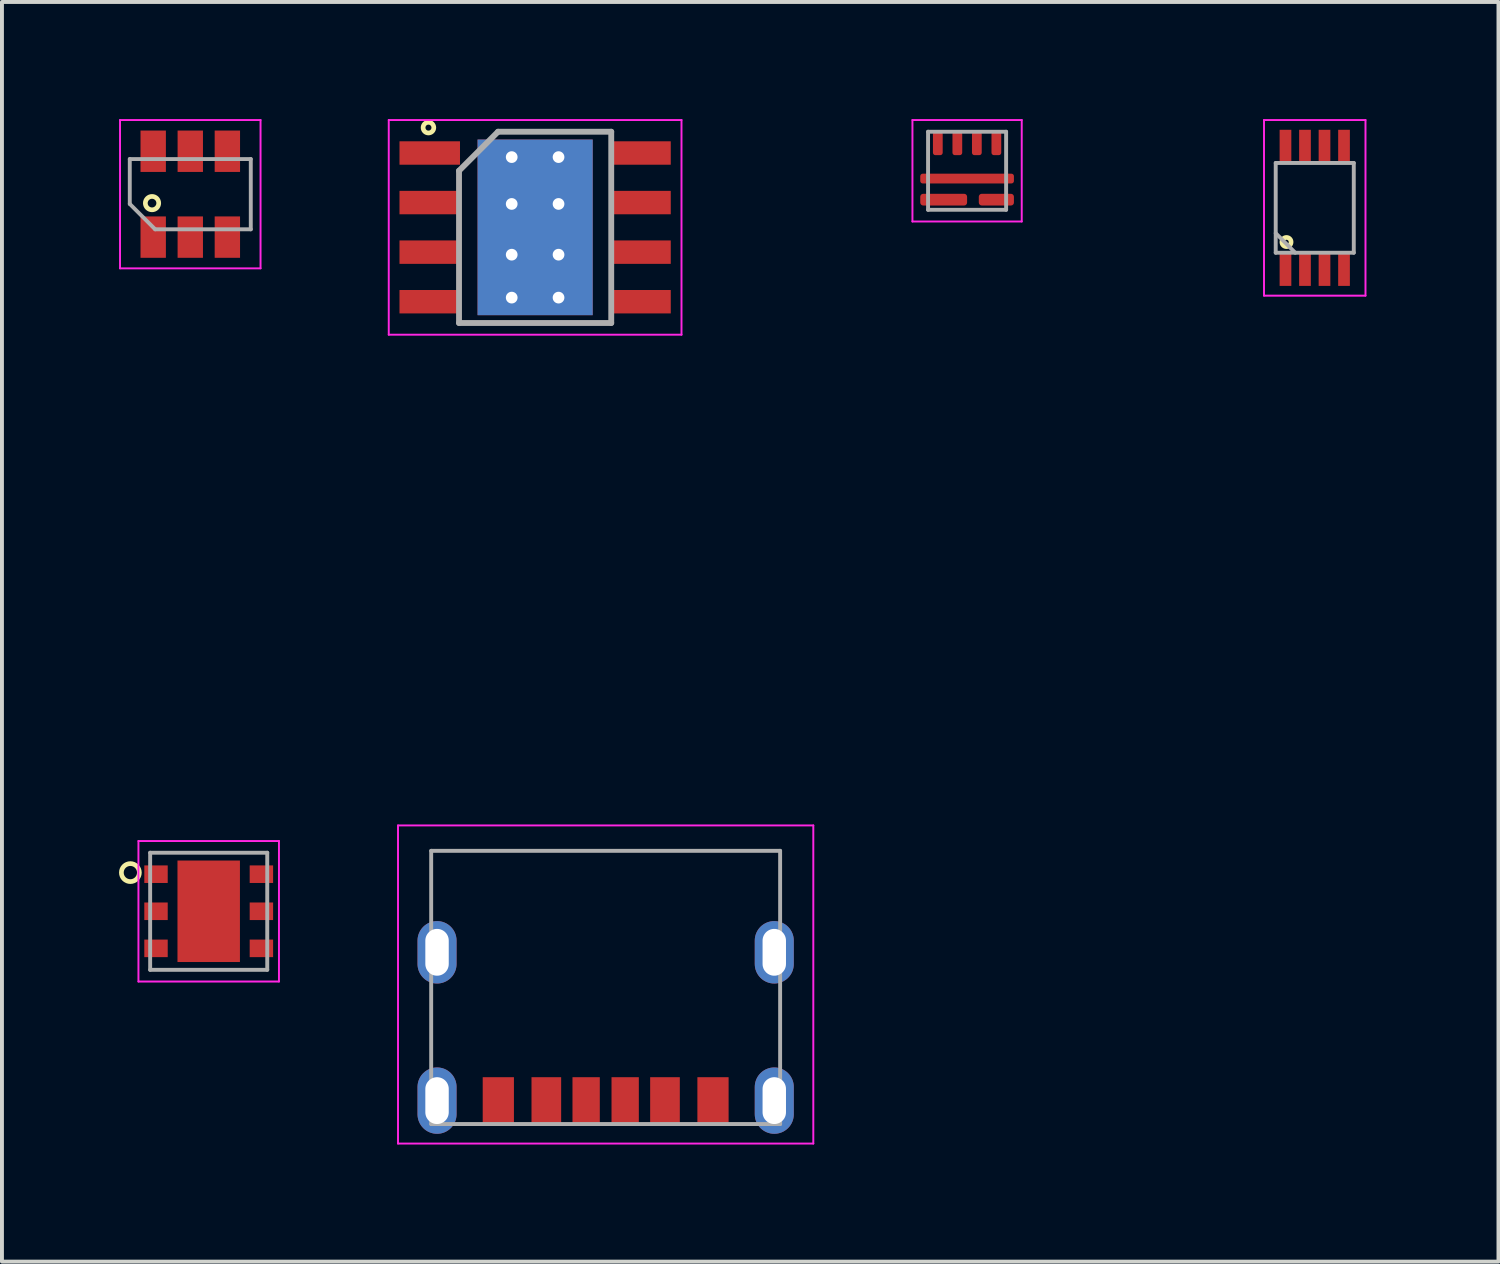
<source format=kicad_pcb>
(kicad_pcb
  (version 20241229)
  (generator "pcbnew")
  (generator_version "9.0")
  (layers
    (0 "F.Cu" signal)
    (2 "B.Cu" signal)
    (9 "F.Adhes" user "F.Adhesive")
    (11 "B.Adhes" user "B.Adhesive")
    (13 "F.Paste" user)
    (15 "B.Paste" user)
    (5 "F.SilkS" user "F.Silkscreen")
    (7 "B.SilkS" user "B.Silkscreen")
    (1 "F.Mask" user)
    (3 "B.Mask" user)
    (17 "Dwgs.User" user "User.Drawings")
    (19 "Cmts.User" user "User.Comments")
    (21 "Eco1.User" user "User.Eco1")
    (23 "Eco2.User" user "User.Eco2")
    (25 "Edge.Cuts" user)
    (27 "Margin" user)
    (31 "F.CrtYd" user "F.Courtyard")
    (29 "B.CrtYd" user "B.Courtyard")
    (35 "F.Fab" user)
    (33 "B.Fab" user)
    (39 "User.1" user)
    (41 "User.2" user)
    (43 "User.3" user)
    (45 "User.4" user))
  (footprint "UDFN6_3x3_0.95P"
    (layer "F.Cu")
    (at 2.297 20.297)
    (property "Reference" "UDFN6_3x3_0.95P" (at 0.023 -0.119 90) (layer "Eco2.User") (effects (font (size 0.3 0.3) (thickness 0.075))))
    (attr smd)
    (fp_circle (center -2.007 -0.991) (end -2.032 -0.762) (stroke (width 0.12) (type solid)) (fill no) (layer "F.SilkS"))
    (fp_line (start -1.8 -1.8) (end -1.8 1.8) (stroke (width 0.05) (type solid)) (layer "F.CrtYd"))
    (fp_line (start -1.8 -1.8) (end 1.8 -1.8) (stroke (width 0.05) (type solid)) (layer "F.CrtYd"))
    (fp_line (start -1.8 1.8) (end 1.8 1.8) (stroke (width 0.05) (type solid)) (layer "F.CrtYd"))
    (fp_line (start 1.8 -1.8) (end 1.8 1.8) (stroke (width 0.05) (type solid)) (layer "F.CrtYd"))
    (fp_line (start -1.5 -1.5) (end -1.5 1.5) (stroke (width 0.1) (type solid)) (layer "F.Fab"))
    (fp_line (start -1.5 -1.5) (end 1.5 -1.5) (stroke (width 0.1) (type solid)) (layer "F.Fab"))
    (fp_line (start -1.5 1.5) (end 1.5 1.5) (stroke (width 0.1) (type solid)) (layer "F.Fab"))
    (fp_line (start 1.5 -1.5) (end 1.5 1.5) (stroke (width 0.1) (type solid)) (layer "F.Fab"))
    (pad "1" smd rect (at -1.35 -0.95) (size 0.6 0.45) (layers "F.Cu" "F.Mask" "F.Paste"))
    (pad "2" smd rect (at -1.35 0) (size 0.6 0.45) (layers "F.Cu" "F.Mask" "F.Paste"))
    (pad "3" smd rect (at -1.35 0.95) (size 0.6 0.45) (layers "F.Cu" "F.Mask" "F.Paste"))
    (pad "4" smd rect (at 1.35 0.95) (size 0.6 0.45) (layers "F.Cu" "F.Mask" "F.Paste"))
    (pad "5" smd rect (at 1.35 0) (size 0.6 0.45) (layers "F.Cu" "F.Mask" "F.Paste"))
    (pad "6" smd rect (at 1.35 -0.95) (size 0.6 0.45) (layers "F.Cu" "F.Mask" "F.Paste"))
    (pad "7" smd rect (at 0 0) (size 1.6 2.6) (layers "F.Cu" "F.Mask" "F.Paste")))
  (footprint "TXS0102DCUR"
    (layer "F.Cu")
    (at 30.634 2.275)
    (property "Reference" "TXS0102DCUR" (at 0.046 0.008 0) (layer "Eco2.User") (effects (font (size 0.3 0.3) (thickness 0.075))))
    (attr smd)
    (fp_circle (center -0.724 0.876) (end -0.61 0.848) (stroke (width 0.12) (type solid)) (fill no) (layer "F.SilkS"))
    (fp_line (start -1.3 -2.25) (end 1.3 -2.25) (stroke (width 0.05) (type solid)) (layer "F.CrtYd"))
    (fp_line (start -1.3 2.25) (end -1.3 -2.25) (stroke (width 0.05) (type solid)) (layer "F.CrtYd"))
    (fp_line (start 1.3 -2.25) (end 1.3 2.25) (stroke (width 0.05) (type solid)) (layer "F.CrtYd"))
    (fp_line (start 1.3 2.25) (end -1.3 2.25) (stroke (width 0.05) (type solid)) (layer "F.CrtYd"))
    (fp_line (start -1 -1.15) (end 1 -1.15) (stroke (width 0.1) (type solid)) (layer "F.Fab"))
    (fp_line (start -1 1.15) (end -1 -1.15) (stroke (width 0.1) (type solid)) (layer "F.Fab"))
    (fp_line (start -0.5 1.15) (end -1 0.65) (stroke (width 0.1) (type solid)) (layer "F.Fab"))
    (fp_line (start 1 -1.15) (end 1 1.15) (stroke (width 0.1) (type solid)) (layer "F.Fab"))
    (fp_line (start 1 1.15) (end -1 1.15) (stroke (width 0.1) (type solid)) (layer "F.Fab"))
    (pad "1" smd rect (at -0.75 1.575 180) (size 0.3 0.85) (layers "F.Cu" "F.Mask" "F.Paste"))
    (pad "2" smd rect (at -0.25 1.575 180) (size 0.3 0.85) (layers "F.Cu" "F.Mask" "F.Paste"))
    (pad "3" smd rect (at 0.25 1.575 180) (size 0.3 0.85) (layers "F.Cu" "F.Mask" "F.Paste"))
    (pad "4" smd rect (at 0.75 1.575 180) (size 0.3 0.85) (layers "F.Cu" "F.Mask" "F.Paste"))
    (pad "5" smd rect (at 0.75 -1.575 180) (size 0.3 0.85) (layers "F.Cu" "F.Mask" "F.Paste"))
    (pad "6" smd rect (at 0.25 -1.575 180) (size 0.3 0.85) (layers "F.Cu" "F.Mask" "F.Paste"))
    (pad "7" smd rect (at -0.25 -1.575 180) (size 0.3 0.85) (layers "F.Cu" "F.Mask" "F.Paste"))
    (pad "8" smd rect (at -0.75 -1.575 180) (size 0.3 0.85) (layers "F.Cu" "F.Mask" "F.Paste")))
  (footprint "TPS54302DDCR"
    (layer "F.Cu")
    (at 1.825 1.925)
    (property "Reference" "TPS54302DDCR" (at 0.257 -0.01 180) (layer "Eco2.User") (effects (font (size 0.3 0.3) (thickness 0.075))))
    (attr smd)
    (fp_circle (center -0.98 0.229) (end -0.81 0.208) (stroke (width 0.12) (type solid)) (fill no) (layer "F.SilkS"))
    (fp_line (start -1.8 -1.9) (end -1.8 1.9) (stroke (width 0.05) (type solid)) (layer "F.CrtYd"))
    (fp_line (start -1.8 1.9) (end 1.8 1.9) (stroke (width 0.05) (type solid)) (layer "F.CrtYd"))
    (fp_line (start 1.8 -1.9) (end -1.8 -1.9) (stroke (width 0.05) (type solid)) (layer "F.CrtYd"))
    (fp_line (start 1.8 1.9) (end 1.8 -1.9) (stroke (width 0.05) (type solid)) (layer "F.CrtYd"))
    (fp_line (start -1.55 -0.9) (end -1.55 0.25) (stroke (width 0.1) (type solid)) (layer "F.Fab"))
    (fp_line (start -1.55 -0.9) (end 1.55 -0.9) (stroke (width 0.1) (type solid)) (layer "F.Fab"))
    (fp_line (start -0.9 0.9) (end -1.55 0.25) (stroke (width 0.1) (type solid)) (layer "F.Fab"))
    (fp_line (start -0.9 0.9) (end 1.55 0.9) (stroke (width 0.1) (type solid)) (layer "F.Fab"))
    (fp_line (start 1.55 -0.9) (end 1.55 0.9) (stroke (width 0.1) (type solid)) (layer "F.Fab"))
    (pad "1" smd rect (at -0.95 1.1 90) (size 1.06 0.65) (layers "F.Cu" "F.Mask" "F.Paste"))
    (pad "2" smd rect (at 0 1.1 90) (size 1.06 0.65) (layers "F.Cu" "F.Mask" "F.Paste"))
    (pad "3" smd rect (at 0.95 1.1 90) (size 1.06 0.65) (layers "F.Cu" "F.Mask" "F.Paste"))
    (pad "4" smd rect (at 0.95 -1.1 90) (size 1.06 0.65) (layers "F.Cu" "F.Mask" "F.Paste"))
    (pad "5" smd rect (at 0 -1.1 90) (size 1.06 0.65) (layers "F.Cu" "F.Mask" "F.Paste"))
    (pad "6" smd rect (at -0.95 -1.1 90) (size 1.06 0.65) (layers "F.Cu" "F.Mask" "F.Paste")))
  (footprint "TPS54531DDAR"
    (layer "F.Cu")
    (at 10.66 2.775)
    (property "Reference" "TPS54531DDAR" (at 0.259 1.245 0) (layer "Eco2.User") (effects (font (size 0.3 0.3) (thickness 0.075))))
    (attr smd)
    (fp_circle (center -2.733 -2.555) (end -2.733 -2.418) (stroke (width 0.12) (type solid)) (fill no) (layer "F.SilkS"))
    (fp_line (start -3.75 -2.75) (end -3.75 2.75) (stroke (width 0.05) (type solid)) (layer "F.CrtYd"))
    (fp_line (start -3.75 -2.75) (end 3.75 -2.75) (stroke (width 0.05) (type solid)) (layer "F.CrtYd"))
    (fp_line (start -3.75 2.75) (end 3.75 2.75) (stroke (width 0.05) (type solid)) (layer "F.CrtYd"))
    (fp_line (start 3.75 -2.75) (end 3.75 2.75) (stroke (width 0.05) (type solid)) (layer "F.CrtYd"))
    (fp_line (start -1.95 -1.45) (end -0.95 -2.45) (stroke (width 0.15) (type solid)) (layer "F.Fab"))
    (fp_line (start -1.95 2.45) (end -1.95 -1.45) (stroke (width 0.15) (type solid)) (layer "F.Fab"))
    (fp_line (start -0.95 -2.45) (end 1.95 -2.45) (stroke (width 0.15) (type solid)) (layer "F.Fab"))
    (fp_line (start 1.95 -2.45) (end 1.95 2.45) (stroke (width 0.15) (type solid)) (layer "F.Fab"))
    (fp_line (start 1.95 2.45) (end -1.95 2.45) (stroke (width 0.15) (type solid)) (layer "F.Fab"))
    (pad "1" smd rect (at -2.7 -1.905) (size 1.55 0.6) (layers "F.Cu" "F.Mask" "F.Paste"))
    (pad "2" smd rect (at -2.7 -0.635) (size 1.55 0.6) (layers "F.Cu" "F.Mask" "F.Paste"))
    (pad "3" smd rect (at -2.7 0.635) (size 1.55 0.6) (layers "F.Cu" "F.Mask" "F.Paste"))
    (pad "4" smd rect (at -2.7 1.905) (size 1.55 0.6) (layers "F.Cu" "F.Mask" "F.Paste"))
    (pad "5" smd rect (at 2.7 1.905) (size 1.55 0.6) (layers "F.Cu" "F.Mask" "F.Paste"))
    (pad "6" smd rect (at 2.7 0.635) (size 1.55 0.6) (layers "F.Cu" "F.Mask" "F.Paste"))
    (pad "7" smd rect (at 2.7 -0.635) (size 1.55 0.6) (layers "F.Cu" "F.Mask" "F.Paste"))
    (pad "8" smd rect (at 2.7 -1.905) (size 1.55 0.6) (layers "F.Cu" "F.Mask" "F.Paste"))
    (pad "9" thru_hole circle (at -0.6 -1.8) (size 0.6 0.6) (drill 0.3) (layers "*.Cu"))
    (pad "9" thru_hole circle (at -0.6 -0.6) (size 0.6 0.6) (drill 0.3) (layers "*.Cu"))
    (pad "9" thru_hole circle (at -0.6 0.7) (size 0.6 0.6) (drill 0.3) (layers "*.Cu"))
    (pad "9" thru_hole circle (at -0.6 1.8) (size 0.6 0.6) (drill 0.3) (layers "*.Cu"))
    (pad "9" smd rect (at 0 0) (size 2.6 3.1) (layers "F.Cu" "F.Mask" "F.Paste"))
    (pad "9" smd rect (at 0 0) (size 2.95 4.5) (layers "F.Cu"))
    (pad "9" smd rect (at 0 0) (size 2.95 4.5) (layers "B.Cu"))
    (pad "9" thru_hole circle (at 0.6 -1.8) (size 0.6 0.6) (drill 0.3) (layers "*.Cu"))
    (pad "9" thru_hole circle (at 0.6 -0.6) (size 0.6 0.6) (drill 0.3) (layers "*.Cu"))
    (pad "9" thru_hole circle (at 0.6 0.7) (size 0.6 0.6) (drill 0.3) (layers "*.Cu"))
    (pad "9" thru_hole circle (at 0.6 1.8) (size 0.6 0.6) (drill 0.3) (layers "*.Cu")))
  (footprint "USB_C_Receptacle_power_only_6P"
    (layer "F.Cu")
    (at 12.467 23.248)
    (property "Reference" "USB_C_Receptacle_power_only_6P" (at -0.277 -1.463 0) (layer "Eco2.User") (effects (font (size 0.3 0.3) (thickness 0.075))))
    (attr smd)
    (fp_line (start -5.32 3) (end -5.32 -5.15) (stroke (width 0.05) (type solid)) (layer "F.CrtYd"))
    (fp_line (start 5.32 -5.15) (end -5.32 -5.15) (stroke (width 0.05) (type solid)) (layer "F.CrtYd"))
    (fp_line (start 5.32 3) (end -5.32 3) (stroke (width 0.05) (type solid)) (layer "F.CrtYd"))
    (fp_line (start 5.32 3) (end 5.32 -5.15) (stroke (width 0.05) (type solid)) (layer "F.CrtYd"))
    (fp_line (start -4.47 2.5) (end -4.47 -4.5) (stroke (width 0.1) (type solid)) (layer "F.Fab"))
    (fp_line (start 4.47 -4.5) (end -4.47 -4.5) (stroke (width 0.1) (type solid)) (layer "F.Fab"))
    (fp_line (start 4.47 2.5) (end -4.47 2.5) (stroke (width 0.1) (type solid)) (layer "F.Fab"))
    (fp_line (start 4.47 2.5) (end 4.47 -4.5) (stroke (width 0.1) (type solid)) (layer "F.Fab"))
    (pad "A5" smd rect (at 0.5 1.9 180) (size 0.7 1.2) (layers "F.Cu" "F.Mask" "F.Paste"))
    (pad "A9" smd rect (at -1.52 1.9 180) (size 0.76 1.2) (layers "F.Cu" "F.Mask" "F.Paste"))
    (pad "A12" smd rect (at -2.75 1.9 180) (size 0.8 1.2) (layers "F.Cu" "F.Mask" "F.Paste"))
    (pad "B5" smd rect (at -0.5 1.9 180) (size 0.7 1.2) (layers "F.Cu" "F.Mask" "F.Paste"))
    (pad "B9" smd rect (at 1.52 1.9 180) (size 0.76 1.2) (layers "F.Cu" "F.Mask" "F.Paste"))
    (pad "B12" smd rect (at 2.75 1.9 180) (size 0.8 1.2) (layers "F.Cu" "F.Mask" "F.Paste"))
    (pad "S1" thru_hole oval (at -4.32 -1.9 180) (size 1 1.6) (drill oval 0.6 1.2) (layers "*.Cu" "*.Mask"))
    (pad "S1" thru_hole oval (at -4.32 1.9 180) (size 1 1.7) (drill oval 0.6 1.2) (layers "*.Cu" "*.Mask"))
    (pad "S1" thru_hole oval (at 4.32 -1.9 180) (size 1 1.6) (drill oval 0.6 1.2) (layers "*.Cu" "*.Mask"))
    (pad "S1" thru_hole oval (at 4.32 1.9 180) (size 1 1.7) (drill oval 0.6 1.2) (layers "*.Cu" "*.Mask")))
  (footprint "TPS61230A"
    (layer "F.Cu")
    (at 21.727 1.525)
    (property "Reference" "TPS61230A" (at 0 9.7 0) (unlocked yes) (layer "Eco2.User") (effects (font (size 1 1) (thickness 0.15))))
    (attr smd)
    (fp_line (start -1.4 -1.5) (end 1.4 -1.5) (stroke (width 0.05) (type solid)) (layer "F.CrtYd"))
    (fp_line (start -1.4 1.1) (end -1.4 -1.5) (stroke (width 0.05) (type solid)) (layer "F.CrtYd"))
    (fp_line (start 1.4 -1.5) (end 1.4 1.1) (stroke (width 0.05) (type solid)) (layer "F.CrtYd"))
    (fp_line (start 1.4 1.1) (end -1.4 1.1) (stroke (width 0.05) (type solid)) (layer "F.CrtYd"))
    (fp_line (start -1 -1.2) (end 1 -1.2) (stroke (width 0.1) (type solid)) (layer "F.Fab"))
    (fp_line (start -1 0.8) (end -1 -1.2) (stroke (width 0.1) (type solid)) (layer "F.Fab"))
    (fp_line (start 1 -1.2) (end 1 0.8) (stroke (width 0.1) (type solid)) (layer "F.Fab"))
    (fp_line (start 1 0.8) (end -1 0.8) (stroke (width 0.1) (type solid)) (layer "F.Fab"))
    (fp_text user "${REFERENCE}" (at 0 12.7 0) (unlocked yes) (layer "Eco1.User") (effects (font (size 1 1) (thickness 0.15))))
    (pad "1" smd roundrect (at -0.75 -0.9) (size 0.25 0.6) (layers "F.Cu" "F.Mask" "F.Paste") (roundrect_rratio 0.25))
    (pad "2" smd roundrect (at -0.25 -0.9) (size 0.25 0.6) (layers "F.Cu" "F.Mask" "F.Paste") (roundrect_rratio 0.25))
    (pad "3" smd roundrect (at 0.25 -0.9) (size 0.25 0.6) (layers "F.Cu" "F.Mask" "F.Paste") (roundrect_rratio 0.25))
    (pad "4" smd roundrect (at 0.75 -0.9) (size 0.25 0.6) (layers "F.Cu" "F.Mask" "F.Paste") (roundrect_rratio 0.25))
    (pad "5" smd roundrect (at 0 0 90) (size 0.25 2.4) (layers "F.Cu" "F.Mask" "F.Paste") (roundrect_rratio 0.25))
    (pad "6" smd roundrect (at 0.75 0.54 90) (size 0.3 0.9) (layers "F.Cu" "F.Mask" "F.Paste") (roundrect_rratio 0.25))
    (pad "7" smd roundrect (at -0.6 0.54 90) (size 0.3 1.2) (layers "F.Cu" "F.Mask" "F.Paste") (roundrect_rratio 0.25)))
  (gr_rect
    (start -3 -3)
    (end 35.341 29.273)
    (stroke (width 0.1) (type default))
    (fill no)
    (layer "Edge.Cuts")))
</source>
